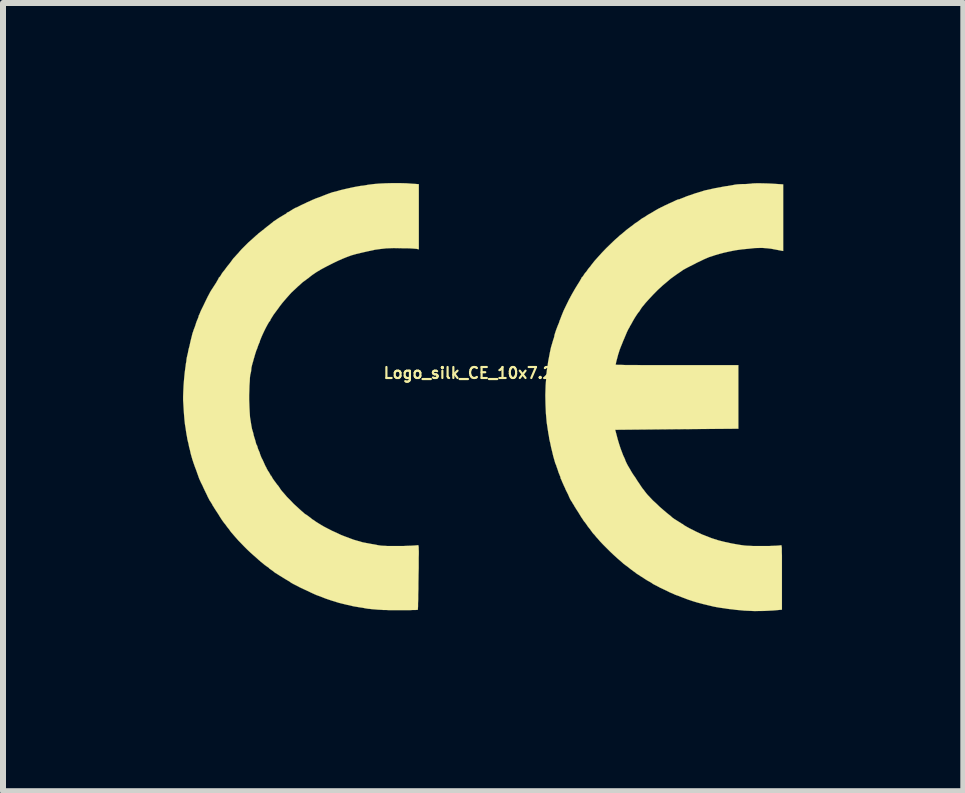
<source format=kicad_pcb>
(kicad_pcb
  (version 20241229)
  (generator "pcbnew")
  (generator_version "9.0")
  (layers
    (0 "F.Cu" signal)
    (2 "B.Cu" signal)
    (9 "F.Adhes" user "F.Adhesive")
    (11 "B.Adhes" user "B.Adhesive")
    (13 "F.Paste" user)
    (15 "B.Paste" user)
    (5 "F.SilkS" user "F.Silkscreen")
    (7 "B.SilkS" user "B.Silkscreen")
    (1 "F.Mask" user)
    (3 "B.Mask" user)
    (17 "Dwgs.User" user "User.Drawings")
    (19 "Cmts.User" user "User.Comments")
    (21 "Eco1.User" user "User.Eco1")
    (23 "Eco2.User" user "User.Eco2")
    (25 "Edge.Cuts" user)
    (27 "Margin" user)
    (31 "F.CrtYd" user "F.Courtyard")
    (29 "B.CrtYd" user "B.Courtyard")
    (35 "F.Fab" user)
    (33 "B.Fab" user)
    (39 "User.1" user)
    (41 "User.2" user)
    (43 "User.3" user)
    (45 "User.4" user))
  (footprint "Logo_silk_CE_10x7.2mm"
    (layer "F.Cu")
    (at 5 3.565)
    (property "Reference" "Logo_silk_CE_10x7.2mm" (at 0 -0.4 0) (layer "F.SilkS") (effects (font (size 0.183 0.183) (thickness 0.036))))
    (attr through_hole)
    (fp_poly (pts (xy 4.999 -2.433) (xy 4.971 -2.438) (xy 4.877 -2.456) (xy 4.798 -2.471) (xy 4.727 -2.479) (xy 4.658 -2.484) (xy 4.61 -2.484) (xy 4.524 -2.482) (xy 4.425 -2.471) (xy 4.318 -2.461) (xy 4.209 -2.446) (xy 4.107 -2.426) (xy 4.013 -2.405) (xy 3.937 -2.385) (xy 3.868 -2.365) (xy 3.815 -2.347) (xy 3.767 -2.332) (xy 3.724 -2.314) (xy 3.678 -2.294) (xy 3.625 -2.268) (xy 3.561 -2.238) (xy 3.528 -2.22) (xy 3.452 -2.182) (xy 3.388 -2.149) (xy 3.332 -2.118) (xy 3.282 -2.083) (xy 3.226 -2.045) (xy 3.162 -1.999) (xy 3.127 -1.974) (xy 3.061 -1.918) (xy 2.985 -1.854) (xy 2.908 -1.783) (xy 2.835 -1.709) (xy 2.769 -1.638) (xy 2.718 -1.582) (xy 2.692 -1.552) (xy 2.67 -1.524) (xy 2.654 -1.506) (xy 2.637 -1.483) (xy 2.619 -1.455) (xy 2.606 -1.433) (xy 2.596 -1.42) (xy 2.583 -1.405) (xy 2.56 -1.372) (xy 2.53 -1.326) (xy 2.497 -1.27) (xy 2.461 -1.204) (xy 2.449 -1.186) (xy 2.433 -1.153) (xy 2.418 -1.13) (xy 2.413 -1.118) (xy 2.405 -1.102) (xy 2.393 -1.077) (xy 2.388 -1.064) (xy 2.372 -1.026) (xy 2.355 -0.986) (xy 2.352 -0.978) (xy 2.332 -0.932) (xy 2.311 -0.879) (xy 2.289 -0.826) (xy 2.271 -0.777) (xy 2.258 -0.734) (xy 2.248 -0.706) (xy 2.248 -0.704) (xy 2.24 -0.673) (xy 2.23 -0.635) (xy 2.223 -0.61) (xy 2.215 -0.577) (xy 2.21 -0.551) (xy 2.207 -0.541) (xy 2.217 -0.538) (xy 2.248 -0.536) (xy 2.296 -0.536) (xy 2.365 -0.533) (xy 2.451 -0.533) (xy 2.553 -0.533) (xy 2.672 -0.531) (xy 2.809 -0.531) (xy 2.959 -0.531) (xy 3.124 -0.531) (xy 3.231 -0.531) (xy 4.252 -0.531) (xy 4.252 0) (xy 4.252 0.528) (xy 3.226 0.536) (xy 2.2 0.546) (xy 2.225 0.64) (xy 2.243 0.709) (xy 2.266 0.785) (xy 2.289 0.856) (xy 2.314 0.922) (xy 2.332 0.97) (xy 2.349 1.006) (xy 2.365 1.041) (xy 2.367 1.052) (xy 2.385 1.092) (xy 2.403 1.128) (xy 2.423 1.163) (xy 2.446 1.201) (xy 2.469 1.242) (xy 2.499 1.29) (xy 2.535 1.341) (xy 2.568 1.394) (xy 2.603 1.445) (xy 2.631 1.488) (xy 2.654 1.521) (xy 2.67 1.542) (xy 2.672 1.542) (xy 2.692 1.57) (xy 2.715 1.6) (xy 2.741 1.631) (xy 2.779 1.671) (xy 2.827 1.722) (xy 2.883 1.773) (xy 2.941 1.829) (xy 3 1.88) (xy 3.056 1.928) (xy 3.091 1.956) (xy 3.117 1.976) (xy 3.137 1.994) (xy 3.142 1.999) (xy 3.157 2.012) (xy 3.185 2.032) (xy 3.218 2.052) (xy 3.254 2.075) (xy 3.287 2.095) (xy 3.31 2.111) (xy 3.322 2.116) (xy 3.332 2.121) (xy 3.332 2.123) (xy 3.34 2.131) (xy 3.365 2.146) (xy 3.401 2.167) (xy 3.447 2.192) (xy 3.498 2.217) (xy 3.548 2.243) (xy 3.602 2.268) (xy 3.65 2.291) (xy 3.691 2.306) (xy 3.696 2.309) (xy 3.807 2.352) (xy 3.919 2.388) (xy 4.031 2.416) (xy 4.148 2.441) (xy 4.28 2.464) (xy 4.354 2.474) (xy 4.389 2.477) (xy 4.435 2.479) (xy 4.493 2.482) (xy 4.559 2.482) (xy 4.63 2.482) (xy 4.702 2.482) (xy 4.77 2.482) (xy 4.834 2.479) (xy 4.887 2.477) (xy 4.928 2.474) (xy 4.956 2.471) (xy 4.961 2.469) (xy 4.966 2.469) (xy 4.968 2.471) (xy 4.971 2.477) (xy 4.973 2.492) (xy 4.976 2.512) (xy 4.976 2.543) (xy 4.976 2.583) (xy 4.978 2.639) (xy 4.978 2.708) (xy 4.978 2.791) (xy 4.978 2.893) (xy 4.978 3.002) (xy 4.978 3.543) (xy 4.839 3.556) (xy 4.684 3.564) (xy 4.519 3.566) (xy 4.354 3.559) (xy 4.272 3.551) (xy 4.214 3.546) (xy 4.155 3.538) (xy 4.105 3.533) (xy 4.067 3.528) (xy 4.018 3.52) (xy 3.965 3.513) (xy 3.932 3.508) (xy 3.886 3.5) (xy 3.833 3.49) (xy 3.802 3.482) (xy 3.759 3.472) (xy 3.706 3.459) (xy 3.655 3.447) (xy 3.647 3.444) (xy 3.569 3.424) (xy 3.493 3.401) (xy 3.409 3.373) (xy 3.317 3.338) (xy 3.277 3.322) (xy 3.251 3.312) (xy 3.223 3.302) (xy 3.221 3.302) (xy 3.195 3.292) (xy 3.157 3.274) (xy 3.109 3.254) (xy 3.058 3.228) (xy 3.005 3.203) (xy 2.951 3.178) (xy 2.903 3.152) (xy 2.863 3.132) (xy 2.835 3.117) (xy 2.822 3.109) (xy 2.809 3.099) (xy 2.797 3.091) (xy 2.756 3.068) (xy 2.725 3.051) (xy 2.715 3.043) (xy 2.7 3.035) (xy 2.675 3.018) (xy 2.642 2.997) (xy 2.626 2.987) (xy 2.591 2.964) (xy 2.563 2.946) (xy 2.548 2.936) (xy 2.545 2.934) (xy 2.535 2.924) (xy 2.512 2.908) (xy 2.504 2.903) (xy 2.482 2.885) (xy 2.466 2.875) (xy 2.464 2.873) (xy 2.451 2.863) (xy 2.431 2.847) (xy 2.423 2.84) (xy 2.367 2.799) (xy 2.337 2.776) (xy 2.324 2.764) (xy 2.301 2.743) (xy 2.268 2.715) (xy 2.23 2.682) (xy 2.223 2.675) (xy 2.174 2.631) (xy 2.116 2.576) (xy 2.057 2.517) (xy 1.999 2.459) (xy 1.946 2.403) (xy 1.905 2.355) (xy 1.892 2.342) (xy 1.869 2.314) (xy 1.849 2.289) (xy 1.844 2.286) (xy 1.824 2.263) (xy 1.803 2.233) (xy 1.798 2.228) (xy 1.783 2.205) (xy 1.77 2.189) (xy 1.768 2.187) (xy 1.76 2.177) (xy 1.742 2.154) (xy 1.727 2.131) (xy 1.707 2.103) (xy 1.692 2.083) (xy 1.684 2.075) (xy 1.676 2.065) (xy 1.661 2.04) (xy 1.638 2.007) (xy 1.613 1.966) (xy 1.61 1.961) (xy 1.585 1.92) (xy 1.562 1.885) (xy 1.544 1.857) (xy 1.537 1.844) (xy 1.527 1.831) (xy 1.514 1.806) (xy 1.491 1.77) (xy 1.488 1.765) (xy 1.478 1.745) (xy 1.471 1.737) (xy 1.463 1.725) (xy 1.45 1.702) (xy 1.433 1.666) (xy 1.415 1.623) (xy 1.394 1.582) (xy 1.374 1.542) (xy 1.364 1.516) (xy 1.349 1.486) (xy 1.331 1.445) (xy 1.316 1.412) (xy 1.303 1.379) (xy 1.29 1.354) (xy 1.288 1.339) (xy 1.283 1.321) (xy 1.278 1.311) (xy 1.27 1.29) (xy 1.257 1.26) (xy 1.247 1.227) (xy 1.234 1.189) (xy 1.222 1.156) (xy 1.217 1.138) (xy 1.201 1.102) (xy 1.186 1.049) (xy 1.168 0.986) (xy 1.151 0.914) (xy 1.133 0.841) (xy 1.118 0.767) (xy 1.102 0.701) (xy 1.095 0.648) (xy 1.087 0.61) (xy 1.082 0.574) (xy 1.079 0.556) (xy 1.059 0.424) (xy 1.046 0.277) (xy 1.039 0.122) (xy 1.036 -0.033) (xy 1.041 -0.185) (xy 1.041 -0.191) (xy 1.046 -0.257) (xy 1.052 -0.32) (xy 1.054 -0.376) (xy 1.059 -0.422) (xy 1.062 -0.447) (xy 1.069 -0.493) (xy 1.077 -0.544) (xy 1.082 -0.584) (xy 1.097 -0.663) (xy 1.113 -0.747) (xy 1.13 -0.826) (xy 1.151 -0.897) (xy 1.168 -0.955) (xy 1.176 -0.978) (xy 1.184 -1.003) (xy 1.186 -1.019) (xy 1.189 -1.036) (xy 1.199 -1.067) (xy 1.212 -1.107) (xy 1.229 -1.153) (xy 1.247 -1.199) (xy 1.257 -1.222) (xy 1.265 -1.242) (xy 1.275 -1.275) (xy 1.283 -1.293) (xy 1.308 -1.359) (xy 1.341 -1.44) (xy 1.384 -1.529) (xy 1.43 -1.623) (xy 1.481 -1.717) (xy 1.532 -1.806) (xy 1.582 -1.887) (xy 1.6 -1.915) (xy 1.618 -1.946) (xy 1.631 -1.968) (xy 1.636 -1.979) (xy 1.641 -1.991) (xy 1.643 -1.994) (xy 1.654 -2.002) (xy 1.666 -2.019) (xy 1.669 -2.022) (xy 1.684 -2.047) (xy 1.699 -2.068) (xy 1.714 -2.083) (xy 1.732 -2.108) (xy 1.737 -2.116) (xy 1.755 -2.141) (xy 1.77 -2.159) (xy 1.773 -2.162) (xy 1.786 -2.177) (xy 1.803 -2.202) (xy 1.808 -2.207) (xy 1.854 -2.266) (xy 1.913 -2.332) (xy 1.979 -2.405) (xy 2.05 -2.479) (xy 2.123 -2.55) (xy 2.195 -2.619) (xy 2.261 -2.677) (xy 2.268 -2.685) (xy 2.306 -2.715) (xy 2.339 -2.743) (xy 2.365 -2.764) (xy 2.377 -2.776) (xy 2.426 -2.814) (xy 2.464 -2.842) (xy 2.489 -2.86) (xy 2.507 -2.875) (xy 2.512 -2.878) (xy 2.527 -2.891) (xy 2.553 -2.908) (xy 2.563 -2.913) (xy 2.591 -2.934) (xy 2.614 -2.951) (xy 2.619 -2.954) (xy 2.642 -2.972) (xy 2.664 -2.985) (xy 2.687 -2.997) (xy 2.697 -3.005) (xy 2.71 -3.012) (xy 2.728 -3.025) (xy 2.748 -3.038) (xy 2.781 -3.056) (xy 2.819 -3.078) (xy 2.832 -3.086) (xy 2.873 -3.111) (xy 2.913 -3.134) (xy 2.949 -3.152) (xy 2.954 -3.155) (xy 3.025 -3.19) (xy 3.091 -3.221) (xy 3.147 -3.246) (xy 3.195 -3.269) (xy 3.228 -3.284) (xy 3.249 -3.292) (xy 3.266 -3.294) (xy 3.299 -3.307) (xy 3.35 -3.327) (xy 3.388 -3.343) (xy 3.533 -3.393) (xy 3.693 -3.442) (xy 3.866 -3.48) (xy 4.046 -3.513) (xy 4.069 -3.515) (xy 4.115 -3.523) (xy 4.161 -3.531) (xy 4.194 -3.538) (xy 4.232 -3.543) (xy 4.277 -3.546) (xy 4.318 -3.548) (xy 4.364 -3.548) (xy 4.417 -3.551) (xy 4.473 -3.556) (xy 4.488 -3.559) (xy 4.549 -3.561) (xy 4.625 -3.561) (xy 4.717 -3.559) (xy 4.793 -3.556) (xy 4.999 -3.543) (xy 4.999 -2.987) (xy 4.999 -2.433)) (stroke (width 0.003) (type solid)) (fill yes) (layer "F.SilkS"))
    (fp_poly (pts (xy -1.072 -2.461) (xy -1.11 -2.469) (xy -1.133 -2.471) (xy -1.171 -2.474) (xy -1.222 -2.477) (xy -1.283 -2.479) (xy -1.346 -2.479) (xy -1.491 -2.482) (xy -1.618 -2.477) (xy -1.732 -2.464) (xy -1.803 -2.454) (xy -1.923 -2.428) (xy -2.024 -2.405) (xy -2.116 -2.383) (xy -2.197 -2.36) (xy -2.273 -2.332) (xy -2.349 -2.301) (xy -2.428 -2.266) (xy -2.502 -2.23) (xy -2.603 -2.179) (xy -2.697 -2.129) (xy -2.779 -2.08) (xy -2.845 -2.035) (xy -2.896 -1.996) (xy -2.906 -1.986) (xy -2.921 -1.976) (xy -2.946 -1.958) (xy -2.954 -1.951) (xy -2.979 -1.933) (xy -2.997 -1.92) (xy -3.002 -1.918) (xy -3.015 -1.905) (xy -3.038 -1.885) (xy -3.068 -1.857) (xy -3.084 -1.844) (xy -3.127 -1.803) (xy -3.165 -1.768) (xy -3.2 -1.735) (xy -3.236 -1.694) (xy -3.277 -1.648) (xy -3.31 -1.61) (xy -3.348 -1.565) (xy -3.386 -1.516) (xy -3.424 -1.463) (xy -3.462 -1.412) (xy -3.495 -1.367) (xy -3.52 -1.326) (xy -3.538 -1.298) (xy -3.546 -1.28) (xy -3.546 -1.278) (xy -3.553 -1.265) (xy -3.564 -1.255) (xy -3.581 -1.227) (xy -3.602 -1.189) (xy -3.625 -1.146) (xy -3.65 -1.095) (xy -3.673 -1.046) (xy -3.693 -1.001) (xy -3.708 -0.963) (xy -3.719 -0.937) (xy -3.721 -0.927) (xy -3.726 -0.907) (xy -3.729 -0.904) (xy -3.736 -0.889) (xy -3.747 -0.861) (xy -3.752 -0.848) (xy -3.762 -0.818) (xy -3.769 -0.798) (xy -3.772 -0.792) (xy -3.777 -0.782) (xy -3.782 -0.767) (xy -3.79 -0.742) (xy -3.802 -0.704) (xy -3.815 -0.658) (xy -3.823 -0.632) (xy -3.833 -0.594) (xy -3.843 -0.561) (xy -3.853 -0.523) (xy -3.861 -0.488) (xy -3.863 -0.465) (xy -3.866 -0.432) (xy -3.873 -0.399) (xy -3.881 -0.368) (xy -3.886 -0.32) (xy -3.889 -0.257) (xy -3.894 -0.188) (xy -3.896 -0.109) (xy -3.899 -0.03) (xy -3.899 0.043) (xy -3.896 0.117) (xy -3.894 0.173) (xy -3.889 0.264) (xy -3.884 0.34) (xy -3.873 0.406) (xy -3.863 0.47) (xy -3.851 0.533) (xy -3.83 0.602) (xy -3.823 0.638) (xy -3.81 0.681) (xy -3.797 0.721) (xy -3.79 0.749) (xy -3.782 0.78) (xy -3.774 0.798) (xy -3.772 0.8) (xy -3.764 0.815) (xy -3.757 0.843) (xy -3.752 0.859) (xy -3.741 0.886) (xy -3.731 0.909) (xy -3.729 0.914) (xy -3.721 0.932) (xy -3.721 0.937) (xy -3.716 0.953) (xy -3.706 0.98) (xy -3.691 1.016) (xy -3.678 1.039) (xy -3.658 1.082) (xy -3.64 1.123) (xy -3.625 1.156) (xy -3.619 1.163) (xy -3.604 1.196) (xy -3.584 1.232) (xy -3.576 1.242) (xy -3.559 1.27) (xy -3.548 1.29) (xy -3.546 1.295) (xy -3.541 1.308) (xy -3.536 1.308) (xy -3.528 1.316) (xy -3.526 1.321) (xy -3.52 1.333) (xy -3.505 1.359) (xy -3.482 1.392) (xy -3.457 1.425) (xy -3.432 1.46) (xy -3.419 1.473) (xy -3.404 1.494) (xy -3.386 1.521) (xy -3.378 1.534) (xy -3.353 1.567) (xy -3.315 1.61) (xy -3.269 1.664) (xy -3.213 1.72) (xy -3.155 1.781) (xy -3.091 1.839) (xy -3.061 1.867) (xy -3.025 1.9) (xy -3 1.92) (xy -2.982 1.938) (xy -2.964 1.951) (xy -2.944 1.963) (xy -2.918 1.981) (xy -2.891 2.002) (xy -2.87 2.017) (xy -2.863 2.024) (xy -2.85 2.035) (xy -2.822 2.052) (xy -2.786 2.078) (xy -2.741 2.106) (xy -2.695 2.134) (xy -2.647 2.162) (xy -2.583 2.195) (xy -2.515 2.23) (xy -2.441 2.263) (xy -2.372 2.296) (xy -2.314 2.319) (xy -2.159 2.377) (xy -2.007 2.421) (xy -1.847 2.451) (xy -1.844 2.451) (xy -1.798 2.459) (xy -1.75 2.469) (xy -1.717 2.474) (xy -1.692 2.477) (xy -1.651 2.479) (xy -1.598 2.482) (xy -1.534 2.482) (xy -1.466 2.482) (xy -1.394 2.482) (xy -1.323 2.482) (xy -1.257 2.479) (xy -1.196 2.477) (xy -1.146 2.474) (xy -1.11 2.471) (xy -1.09 2.469) (xy -1.085 2.466) (xy -1.082 2.469) (xy -1.079 2.474) (xy -1.077 2.484) (xy -1.074 2.502) (xy -1.074 2.53) (xy -1.072 2.568) (xy -1.072 2.616) (xy -1.074 2.68) (xy -1.074 2.758) (xy -1.074 2.852) (xy -1.077 2.967) (xy -1.077 3) (xy -1.079 3.104) (xy -1.079 3.2) (xy -1.082 3.289) (xy -1.082 3.368) (xy -1.085 3.434) (xy -1.085 3.487) (xy -1.087 3.523) (xy -1.087 3.543) (xy -1.097 3.546) (xy -1.128 3.548) (xy -1.171 3.548) (xy -1.224 3.551) (xy -1.288 3.551) (xy -1.356 3.551) (xy -1.425 3.551) (xy -1.496 3.551) (xy -1.56 3.551) (xy -1.621 3.548) (xy -1.669 3.548) (xy -1.687 3.546) (xy -1.748 3.543) (xy -1.808 3.538) (xy -1.864 3.533) (xy -1.905 3.528) (xy -1.915 3.528) (xy -1.963 3.52) (xy -2.014 3.51) (xy -2.05 3.505) (xy -2.159 3.487) (xy -2.281 3.459) (xy -2.403 3.429) (xy -2.52 3.393) (xy -2.624 3.358) (xy -2.662 3.343) (xy -2.682 3.335) (xy -2.715 3.322) (xy -2.743 3.312) (xy -2.779 3.299) (xy -2.824 3.279) (xy -2.878 3.254) (xy -2.936 3.226) (xy -2.997 3.198) (xy -3.056 3.17) (xy -3.109 3.142) (xy -3.155 3.119) (xy -3.188 3.101) (xy -3.208 3.089) (xy -3.211 3.086) (xy -3.221 3.078) (xy -3.241 3.066) (xy -3.272 3.048) (xy -3.31 3.025) (xy -3.35 3) (xy -3.393 2.974) (xy -3.432 2.949) (xy -3.462 2.931) (xy -3.48 2.918) (xy -3.485 2.913) (xy -3.498 2.903) (xy -3.518 2.888) (xy -3.526 2.883) (xy -3.551 2.865) (xy -3.566 2.855) (xy -3.566 2.852) (xy -3.576 2.842) (xy -3.599 2.827) (xy -3.63 2.804) (xy -3.635 2.802) (xy -3.668 2.774) (xy -3.696 2.751) (xy -3.716 2.736) (xy -3.716 2.733) (xy -3.736 2.718) (xy -3.764 2.692) (xy -3.792 2.667) (xy -3.83 2.634) (xy -3.876 2.593) (xy -3.929 2.543) (xy -3.983 2.489) (xy -4.034 2.436) (xy -4.079 2.39) (xy -4.112 2.352) (xy -4.115 2.349) (xy -4.15 2.309) (xy -4.178 2.276) (xy -4.201 2.25) (xy -4.219 2.225) (xy -4.239 2.197) (xy -4.252 2.182) (xy -4.277 2.149) (xy -4.295 2.123) (xy -4.308 2.108) (xy -4.326 2.085) (xy -4.351 2.05) (xy -4.381 2.004) (xy -4.412 1.953) (xy -4.437 1.915) (xy -4.46 1.88) (xy -4.481 1.847) (xy -4.493 1.826) (xy -4.498 1.821) (xy -4.506 1.808) (xy -4.508 1.803) (xy -4.514 1.791) (xy -4.526 1.77) (xy -4.536 1.755) (xy -4.547 1.737) (xy -4.559 1.72) (xy -4.572 1.694) (xy -4.587 1.666) (xy -4.605 1.626) (xy -4.63 1.575) (xy -4.663 1.506) (xy -4.676 1.476) (xy -4.702 1.425) (xy -4.719 1.387) (xy -4.732 1.359) (xy -4.74 1.336) (xy -4.747 1.316) (xy -4.755 1.293) (xy -4.757 1.288) (xy -4.768 1.257) (xy -4.783 1.214) (xy -4.801 1.168) (xy -4.808 1.148) (xy -4.826 1.097) (xy -4.846 1.036) (xy -4.864 0.973) (xy -4.872 0.945) (xy -4.884 0.889) (xy -4.9 0.828) (xy -4.91 0.775) (xy -4.917 0.749) (xy -4.928 0.704) (xy -4.935 0.658) (xy -4.943 0.62) (xy -4.943 0.617) (xy -4.95 0.574) (xy -4.956 0.528) (xy -4.958 0.516) (xy -4.968 0.457) (xy -4.976 0.384) (xy -4.983 0.302) (xy -4.989 0.216) (xy -4.994 0.13) (xy -4.999 0.053) (xy -4.999 -0.005) (xy -4.996 -0.091) (xy -4.991 -0.193) (xy -4.983 -0.297) (xy -4.973 -0.401) (xy -4.961 -0.493) (xy -4.958 -0.511) (xy -4.953 -0.554) (xy -4.945 -0.597) (xy -4.943 -0.622) (xy -4.938 -0.655) (xy -4.928 -0.699) (xy -4.917 -0.744) (xy -4.917 -0.749) (xy -4.907 -0.798) (xy -4.892 -0.853) (xy -4.879 -0.914) (xy -4.872 -0.945) (xy -4.856 -1.008) (xy -4.844 -1.057) (xy -4.831 -1.095) (xy -4.821 -1.125) (xy -4.816 -1.138) (xy -4.808 -1.158) (xy -4.796 -1.191) (xy -4.785 -1.227) (xy -4.773 -1.262) (xy -4.76 -1.293) (xy -4.752 -1.311) (xy -4.745 -1.331) (xy -4.742 -1.339) (xy -4.74 -1.354) (xy -4.727 -1.379) (xy -4.712 -1.417) (xy -4.702 -1.44) (xy -4.663 -1.519) (xy -4.633 -1.582) (xy -4.608 -1.633) (xy -4.587 -1.676) (xy -4.569 -1.709) (xy -4.552 -1.742) (xy -4.534 -1.773) (xy -4.511 -1.808) (xy -4.486 -1.847) (xy -4.455 -1.895) (xy -4.45 -1.902) (xy -4.43 -1.938) (xy -4.415 -1.963) (xy -4.407 -1.981) (xy -4.407 -1.984) (xy -4.399 -1.994) (xy -4.389 -2.002) (xy -4.374 -2.022) (xy -4.371 -2.029) (xy -4.354 -2.057) (xy -4.338 -2.08) (xy -4.336 -2.083) (xy -4.323 -2.098) (xy -4.303 -2.123) (xy -4.275 -2.162) (xy -4.244 -2.202) (xy -4.242 -2.202) (xy -4.211 -2.243) (xy -4.183 -2.281) (xy -4.161 -2.311) (xy -4.145 -2.327) (xy -4.13 -2.344) (xy -4.105 -2.372) (xy -4.074 -2.405) (xy -4.064 -2.418) (xy -4.023 -2.464) (xy -3.988 -2.499) (xy -3.952 -2.535) (xy -3.914 -2.573) (xy -3.871 -2.611) (xy -3.823 -2.654) (xy -3.787 -2.687) (xy -3.759 -2.71) (xy -3.741 -2.728) (xy -3.726 -2.738) (xy -3.711 -2.751) (xy -3.701 -2.758) (xy -3.673 -2.781) (xy -3.647 -2.799) (xy -3.645 -2.804) (xy -3.625 -2.819) (xy -3.597 -2.842) (xy -3.566 -2.865) (xy -3.538 -2.888) (xy -3.515 -2.906) (xy -3.505 -2.913) (xy -3.495 -2.924) (xy -3.47 -2.939) (xy -3.437 -2.962) (xy -3.399 -2.987) (xy -3.36 -3.01) (xy -3.327 -3.03) (xy -3.302 -3.045) (xy -3.294 -3.048) (xy -3.277 -3.061) (xy -3.272 -3.068) (xy -3.264 -3.076) (xy -3.259 -3.076) (xy -3.246 -3.081) (xy -3.221 -3.096) (xy -3.205 -3.106) (xy -3.172 -3.127) (xy -3.132 -3.15) (xy -3.101 -3.162) (xy -3.066 -3.18) (xy -3.02 -3.203) (xy -2.969 -3.226) (xy -2.934 -3.244) (xy -2.883 -3.266) (xy -2.845 -3.284) (xy -2.814 -3.297) (xy -2.791 -3.307) (xy -2.769 -3.315) (xy -2.748 -3.322) (xy -2.637 -3.365) (xy -2.596 -3.381) (xy -2.563 -3.393) (xy -2.512 -3.411) (xy -2.449 -3.426) (xy -2.377 -3.447) (xy -2.301 -3.465) (xy -2.225 -3.482) (xy -2.151 -3.498) (xy -2.085 -3.51) (xy -2.04 -3.518) (xy -1.991 -3.523) (xy -1.946 -3.531) (xy -1.908 -3.538) (xy -1.905 -3.538) (xy -1.826 -3.548) (xy -1.732 -3.556) (xy -1.626 -3.561) (xy -1.511 -3.564) (xy -1.394 -3.564) (xy -1.28 -3.561) (xy -1.173 -3.553) (xy -1.135 -3.551) (xy -1.072 -3.546) (xy -1.072 -3.002) (xy -1.072 -2.461)) (stroke (width 0.003) (type solid)) (fill yes) (layer "F.SilkS")))
  (gr_rect
    (start -3 -3)
    (end 13 10.132)
    (stroke (width 0.1) (type default))
    (fill no)
    (layer "Edge.Cuts")))
</source>
